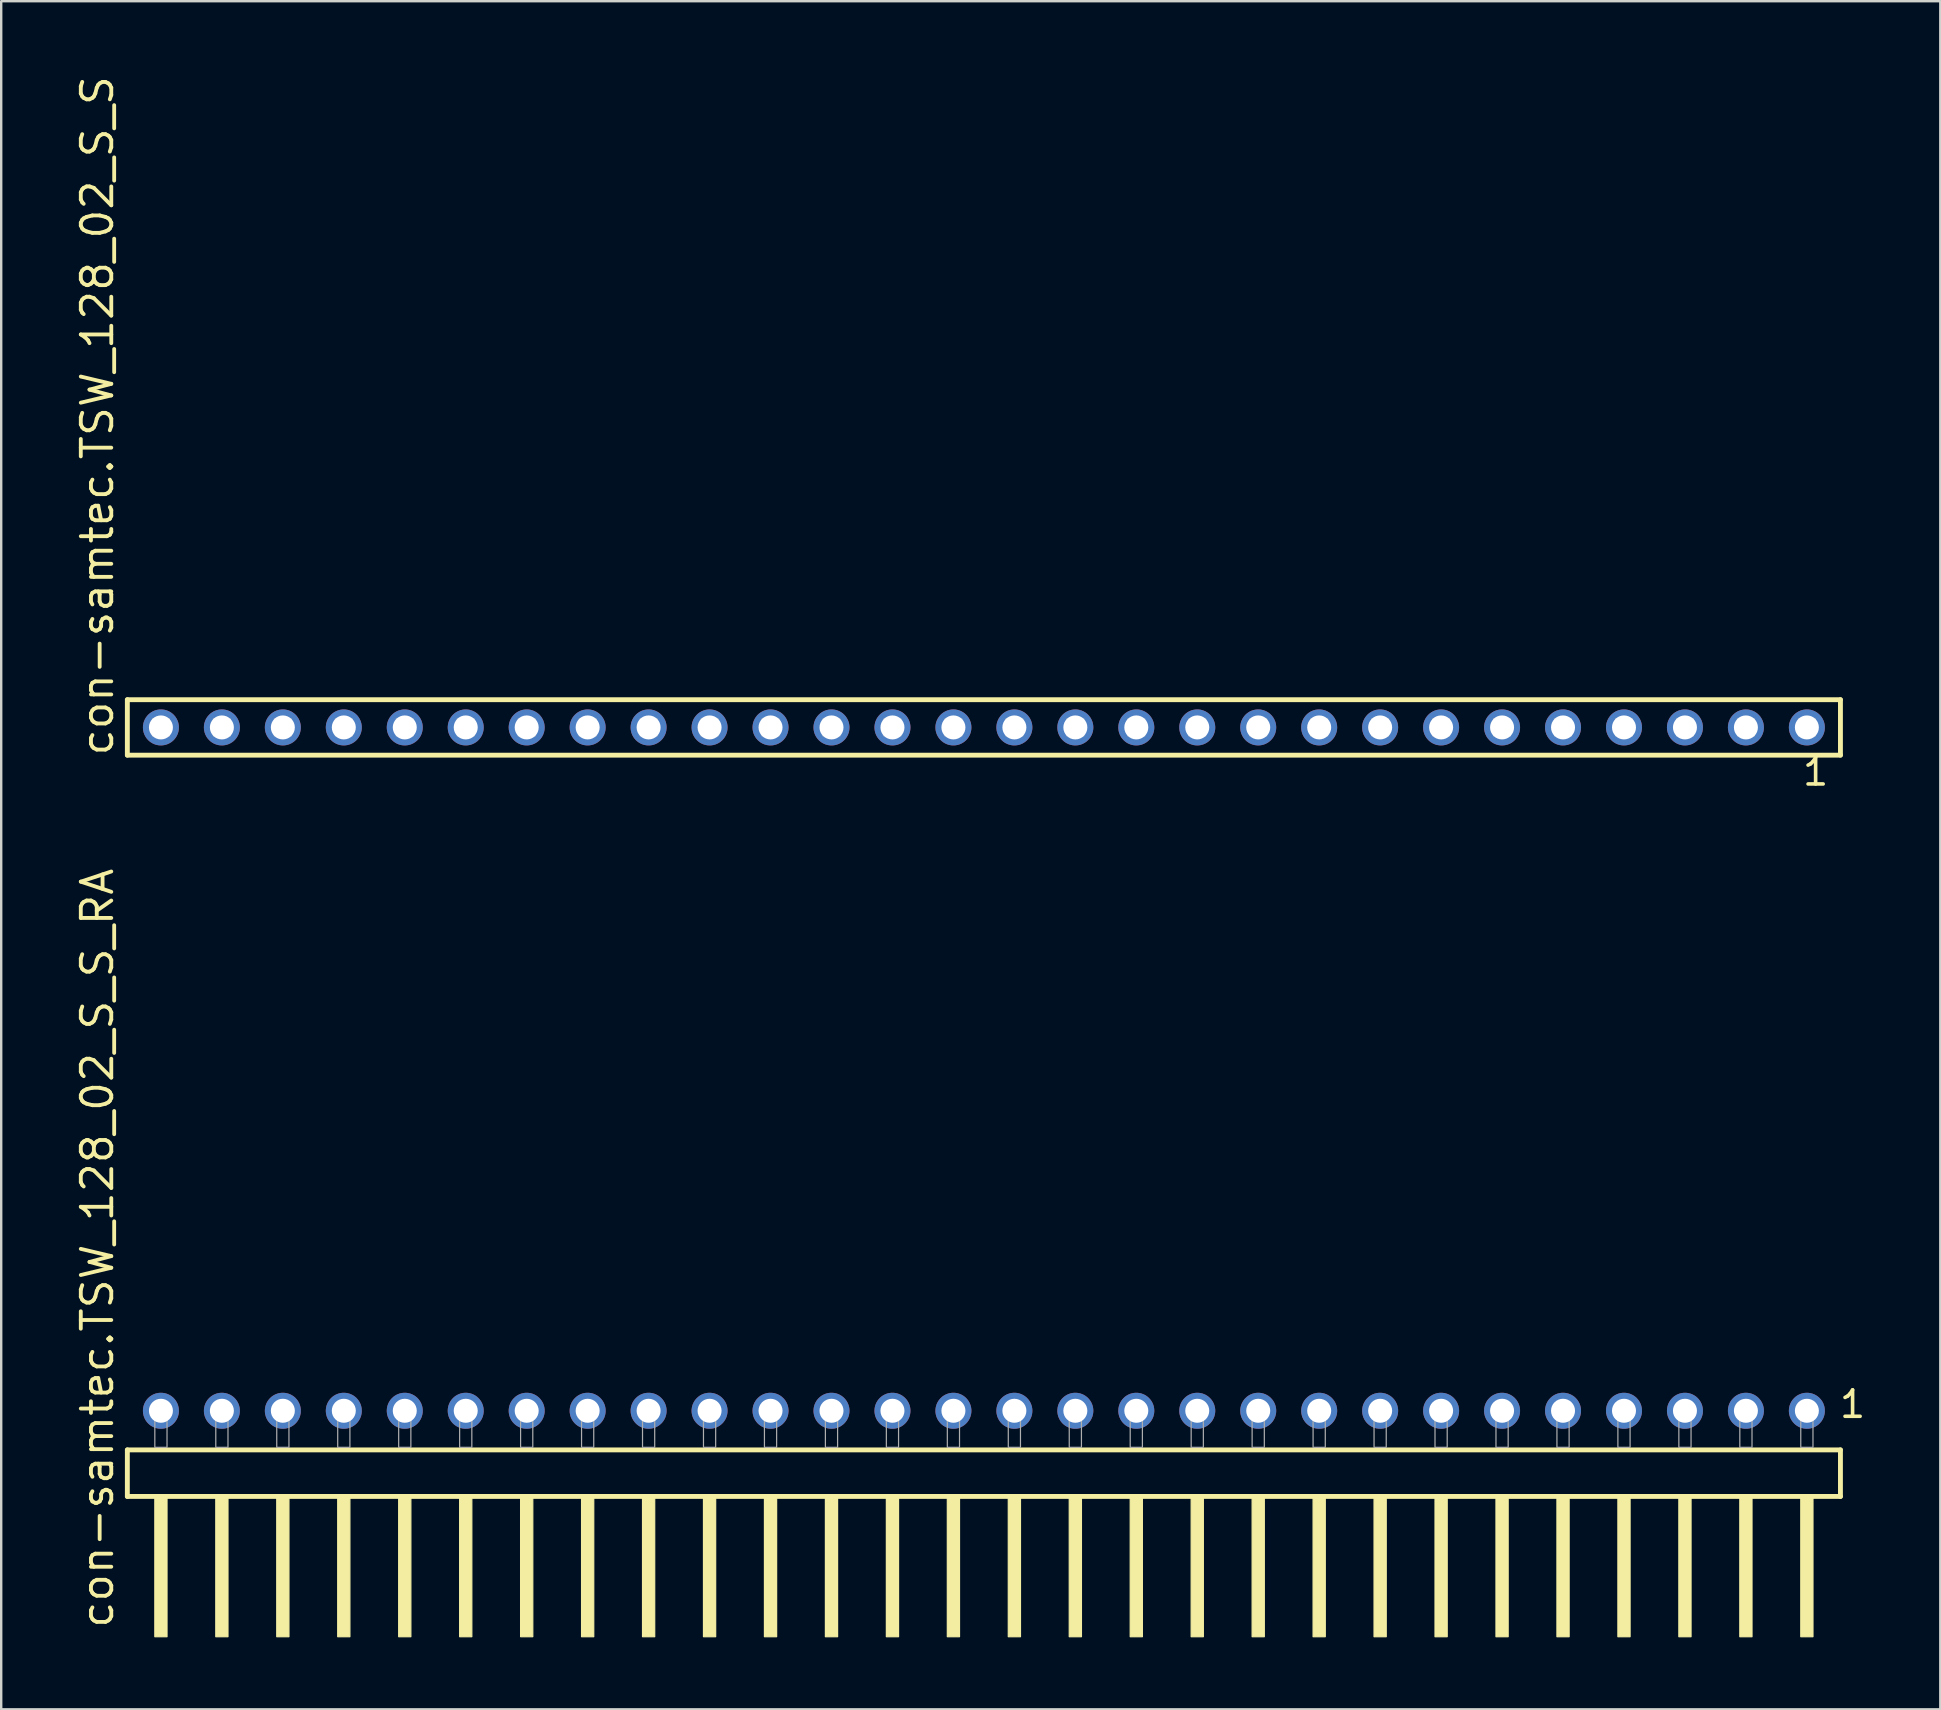
<source format=kicad_pcb>
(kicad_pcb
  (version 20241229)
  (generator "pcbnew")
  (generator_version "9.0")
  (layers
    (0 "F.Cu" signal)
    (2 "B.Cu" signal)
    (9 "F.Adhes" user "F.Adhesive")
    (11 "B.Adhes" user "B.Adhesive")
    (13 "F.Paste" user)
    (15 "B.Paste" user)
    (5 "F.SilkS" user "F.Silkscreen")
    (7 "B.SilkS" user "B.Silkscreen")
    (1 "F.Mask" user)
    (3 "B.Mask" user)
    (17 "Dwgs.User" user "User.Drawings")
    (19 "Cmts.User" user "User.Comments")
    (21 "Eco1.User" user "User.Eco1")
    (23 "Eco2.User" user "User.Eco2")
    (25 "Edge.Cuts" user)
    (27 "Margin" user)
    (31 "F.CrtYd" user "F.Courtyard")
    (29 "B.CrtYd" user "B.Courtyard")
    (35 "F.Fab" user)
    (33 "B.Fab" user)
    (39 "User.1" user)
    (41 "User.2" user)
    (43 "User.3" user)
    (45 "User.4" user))
  (footprint "con-samtec.TSW_128_02_S_S"
    (layer "F.Cu")
    (at 37.945 27.259)
    (property "Reference" "con-samtec.TSW_128_02_S_S" (at -36.195 1.27 90) (layer "F.SilkS") (effects (font (size 1.27 1.27) (thickness 0.16)) (justify left bottom)))
    (attr through_hole)
    (fp_line (start -35.689 -1.155) (end 35.689 -1.155) (stroke (width 0.203) (type default)) (layer "F.SilkS"))
    (fp_line (start -35.689 1.155) (end -35.689 -1.155) (stroke (width 0.203) (type default)) (layer "F.SilkS"))
    (fp_line (start 35.689 -1.155) (end 35.689 1.155) (stroke (width 0.203) (type default)) (layer "F.SilkS"))
    (fp_line (start 35.689 1.155) (end -35.689 1.155) (stroke (width 0.203) (type default)) (layer "F.SilkS"))
    (fp_rect (start -34.64 0.35) (end -33.94 -0.35) (stroke (width 0.05) (type default)) (fill no) (layer "F.Fab"))
    (fp_rect (start -32.1 0.35) (end -31.4 -0.35) (stroke (width 0.05) (type default)) (fill no) (layer "F.Fab"))
    (fp_rect (start -29.56 0.35) (end -28.86 -0.35) (stroke (width 0.05) (type default)) (fill no) (layer "F.Fab"))
    (fp_rect (start -27.02 0.35) (end -26.32 -0.35) (stroke (width 0.05) (type default)) (fill no) (layer "F.Fab"))
    (fp_rect (start -24.48 0.35) (end -23.78 -0.35) (stroke (width 0.05) (type default)) (fill no) (layer "F.Fab"))
    (fp_rect (start -21.94 0.35) (end -21.24 -0.35) (stroke (width 0.05) (type default)) (fill no) (layer "F.Fab"))
    (fp_rect (start -19.4 0.35) (end -18.7 -0.35) (stroke (width 0.05) (type default)) (fill no) (layer "F.Fab"))
    (fp_rect (start -16.86 0.35) (end -16.16 -0.35) (stroke (width 0.05) (type default)) (fill no) (layer "F.Fab"))
    (fp_rect (start -14.32 0.35) (end -13.62 -0.35) (stroke (width 0.05) (type default)) (fill no) (layer "F.Fab"))
    (fp_rect (start -11.78 0.35) (end -11.08 -0.35) (stroke (width 0.05) (type default)) (fill no) (layer "F.Fab"))
    (fp_rect (start -9.24 0.35) (end -8.54 -0.35) (stroke (width 0.05) (type default)) (fill no) (layer "F.Fab"))
    (fp_rect (start -6.7 0.35) (end -6 -0.35) (stroke (width 0.05) (type default)) (fill no) (layer "F.Fab"))
    (fp_rect (start -4.16 0.35) (end -3.46 -0.35) (stroke (width 0.05) (type default)) (fill no) (layer "F.Fab"))
    (fp_rect (start -1.62 0.35) (end -0.92 -0.35) (stroke (width 0.05) (type default)) (fill no) (layer "F.Fab"))
    (fp_rect (start 0.92 0.35) (end 1.62 -0.35) (stroke (width 0.05) (type default)) (fill no) (layer "F.Fab"))
    (fp_rect (start 3.46 0.35) (end 4.16 -0.35) (stroke (width 0.05) (type default)) (fill no) (layer "F.Fab"))
    (fp_rect (start 6 0.35) (end 6.7 -0.35) (stroke (width 0.05) (type default)) (fill no) (layer "F.Fab"))
    (fp_rect (start 8.54 0.35) (end 9.24 -0.35) (stroke (width 0.05) (type default)) (fill no) (layer "F.Fab"))
    (fp_rect (start 11.08 0.35) (end 11.78 -0.35) (stroke (width 0.05) (type default)) (fill no) (layer "F.Fab"))
    (fp_rect (start 13.62 0.35) (end 14.32 -0.35) (stroke (width 0.05) (type default)) (fill no) (layer "F.Fab"))
    (fp_rect (start 16.16 0.35) (end 16.86 -0.35) (stroke (width 0.05) (type default)) (fill no) (layer "F.Fab"))
    (fp_rect (start 18.7 0.35) (end 19.4 -0.35) (stroke (width 0.05) (type default)) (fill no) (layer "F.Fab"))
    (fp_rect (start 21.24 0.35) (end 21.94 -0.35) (stroke (width 0.05) (type default)) (fill no) (layer "F.Fab"))
    (fp_rect (start 23.78 0.35) (end 24.48 -0.35) (stroke (width 0.05) (type default)) (fill no) (layer "F.Fab"))
    (fp_rect (start 26.32 0.35) (end 27.02 -0.35) (stroke (width 0.05) (type default)) (fill no) (layer "F.Fab"))
    (fp_rect (start 28.86 0.35) (end 29.56 -0.35) (stroke (width 0.05) (type default)) (fill no) (layer "F.Fab"))
    (fp_rect (start 31.4 0.35) (end 32.1 -0.35) (stroke (width 0.05) (type default)) (fill no) (layer "F.Fab"))
    (fp_rect (start 33.94 0.35) (end 34.64 -0.35) (stroke (width 0.05) (type default)) (fill no) (layer "F.Fab"))
    (fp_text user "1" (at 34.032 2.498 0) (layer "F.SilkS") (effects (font (size 1.1 1.1) (thickness 0.15)) (justify left bottom)))
    (pad "1" thru_hole circle (at 34.29 0 180) (size 1.5 1.5) (drill 1) (layers "*.Cu" "*.Mask"))
    (pad "2" thru_hole circle (at 31.75 0 180) (size 1.5 1.5) (drill 1) (layers "*.Cu" "*.Mask"))
    (pad "3" thru_hole circle (at 29.21 0 180) (size 1.5 1.5) (drill 1) (layers "*.Cu" "*.Mask"))
    (pad "4" thru_hole circle (at 26.67 0 180) (size 1.5 1.5) (drill 1) (layers "*.Cu" "*.Mask"))
    (pad "5" thru_hole circle (at 24.13 0 180) (size 1.5 1.5) (drill 1) (layers "*.Cu" "*.Mask"))
    (pad "6" thru_hole circle (at 21.59 0 180) (size 1.5 1.5) (drill 1) (layers "*.Cu" "*.Mask"))
    (pad "7" thru_hole circle (at 19.05 0 180) (size 1.5 1.5) (drill 1) (layers "*.Cu" "*.Mask"))
    (pad "8" thru_hole circle (at 16.51 0 180) (size 1.5 1.5) (drill 1) (layers "*.Cu" "*.Mask"))
    (pad "9" thru_hole circle (at 13.97 0 180) (size 1.5 1.5) (drill 1) (layers "*.Cu" "*.Mask"))
    (pad "10" thru_hole circle (at 11.43 0 180) (size 1.5 1.5) (drill 1) (layers "*.Cu" "*.Mask"))
    (pad "11" thru_hole circle (at 8.89 0 180) (size 1.5 1.5) (drill 1) (layers "*.Cu" "*.Mask"))
    (pad "12" thru_hole circle (at 6.35 0 180) (size 1.5 1.5) (drill 1) (layers "*.Cu" "*.Mask"))
    (pad "13" thru_hole circle (at 3.81 0 180) (size 1.5 1.5) (drill 1) (layers "*.Cu" "*.Mask"))
    (pad "14" thru_hole circle (at 1.27 0 180) (size 1.5 1.5) (drill 1) (layers "*.Cu" "*.Mask"))
    (pad "15" thru_hole circle (at -1.27 0 180) (size 1.5 1.5) (drill 1) (layers "*.Cu" "*.Mask"))
    (pad "16" thru_hole circle (at -3.81 0 180) (size 1.5 1.5) (drill 1) (layers "*.Cu" "*.Mask"))
    (pad "17" thru_hole circle (at -6.35 0 180) (size 1.5 1.5) (drill 1) (layers "*.Cu" "*.Mask"))
    (pad "18" thru_hole circle (at -8.89 0 180) (size 1.5 1.5) (drill 1) (layers "*.Cu" "*.Mask"))
    (pad "19" thru_hole circle (at -11.43 0 180) (size 1.5 1.5) (drill 1) (layers "*.Cu" "*.Mask"))
    (pad "20" thru_hole circle (at -13.97 0 180) (size 1.5 1.5) (drill 1) (layers "*.Cu" "*.Mask"))
    (pad "21" thru_hole circle (at -16.51 0 180) (size 1.5 1.5) (drill 1) (layers "*.Cu" "*.Mask"))
    (pad "22" thru_hole circle (at -19.05 0 180) (size 1.5 1.5) (drill 1) (layers "*.Cu" "*.Mask"))
    (pad "23" thru_hole circle (at -21.59 0 180) (size 1.5 1.5) (drill 1) (layers "*.Cu" "*.Mask"))
    (pad "24" thru_hole circle (at -24.13 0 180) (size 1.5 1.5) (drill 1) (layers "*.Cu" "*.Mask"))
    (pad "25" thru_hole circle (at -26.67 0 180) (size 1.5 1.5) (drill 1) (layers "*.Cu" "*.Mask"))
    (pad "26" thru_hole circle (at -29.21 0 180) (size 1.5 1.5) (drill 1) (layers "*.Cu" "*.Mask"))
    (pad "27" thru_hole circle (at -31.75 0 180) (size 1.5 1.5) (drill 1) (layers "*.Cu" "*.Mask"))
    (pad "28" thru_hole circle (at -34.29 0 180) (size 1.5 1.5) (drill 1) (layers "*.Cu" "*.Mask")))
  (footprint "con-samtec.TSW_128_02_S_S_RA"
    (layer "F.Cu")
    (at 37.945 57.255)
    (property "Reference" "con-samtec.TSW_128_02_S_S_RA" (at -36.195 7.62 90) (layer "F.SilkS") (effects (font (size 1.27 1.27) (thickness 0.16)) (justify left bottom)))
    (attr through_hole)
    (fp_line (start -35.689 0.106) (end -35.689 2.046) (stroke (width 0.203) (type default)) (layer "F.SilkS"))
    (fp_line (start -35.689 2.046) (end 35.689 2.046) (stroke (width 0.203) (type default)) (layer "F.SilkS"))
    (fp_line (start 35.689 0.106) (end -35.689 0.106) (stroke (width 0.203) (type default)) (layer "F.SilkS"))
    (fp_line (start 35.689 2.046) (end 35.689 0.106) (stroke (width 0.203) (type default)) (layer "F.SilkS"))
    (fp_rect (start -34.544 7.89) (end -34.036 2.04) (stroke (width 0.05) (type default)) (fill yes) (layer "F.SilkS"))
    (fp_rect (start -32.004 7.89) (end -31.496 2.04) (stroke (width 0.05) (type default)) (fill yes) (layer "F.SilkS"))
    (fp_rect (start -29.464 7.89) (end -28.956 2.04) (stroke (width 0.05) (type default)) (fill yes) (layer "F.SilkS"))
    (fp_rect (start -26.924 7.89) (end -26.416 2.04) (stroke (width 0.05) (type default)) (fill yes) (layer "F.SilkS"))
    (fp_rect (start -24.384 7.89) (end -23.876 2.04) (stroke (width 0.05) (type default)) (fill yes) (layer "F.SilkS"))
    (fp_rect (start -21.844 7.89) (end -21.336 2.04) (stroke (width 0.05) (type default)) (fill yes) (layer "F.SilkS"))
    (fp_rect (start -19.304 7.89) (end -18.796 2.04) (stroke (width 0.05) (type default)) (fill yes) (layer "F.SilkS"))
    (fp_rect (start -16.764 7.89) (end -16.256 2.04) (stroke (width 0.05) (type default)) (fill yes) (layer "F.SilkS"))
    (fp_rect (start -14.224 7.89) (end -13.716 2.04) (stroke (width 0.05) (type default)) (fill yes) (layer "F.SilkS"))
    (fp_rect (start -11.684 7.89) (end -11.176 2.04) (stroke (width 0.05) (type default)) (fill yes) (layer "F.SilkS"))
    (fp_rect (start -9.144 7.89) (end -8.636 2.04) (stroke (width 0.05) (type default)) (fill yes) (layer "F.SilkS"))
    (fp_rect (start -6.604 7.89) (end -6.096 2.04) (stroke (width 0.05) (type default)) (fill yes) (layer "F.SilkS"))
    (fp_rect (start -4.064 7.89) (end -3.556 2.04) (stroke (width 0.05) (type default)) (fill yes) (layer "F.SilkS"))
    (fp_rect (start -1.524 7.89) (end -1.016 2.04) (stroke (width 0.05) (type default)) (fill yes) (layer "F.SilkS"))
    (fp_rect (start 1.016 7.89) (end 1.524 2.04) (stroke (width 0.05) (type default)) (fill yes) (layer "F.SilkS"))
    (fp_rect (start 3.556 7.89) (end 4.064 2.04) (stroke (width 0.05) (type default)) (fill yes) (layer "F.SilkS"))
    (fp_rect (start 6.096 7.89) (end 6.604 2.04) (stroke (width 0.05) (type default)) (fill yes) (layer "F.SilkS"))
    (fp_rect (start 8.636 7.89) (end 9.144 2.04) (stroke (width 0.05) (type default)) (fill yes) (layer "F.SilkS"))
    (fp_rect (start 11.176 7.89) (end 11.684 2.04) (stroke (width 0.05) (type default)) (fill yes) (layer "F.SilkS"))
    (fp_rect (start 13.716 7.89) (end 14.224 2.04) (stroke (width 0.05) (type default)) (fill yes) (layer "F.SilkS"))
    (fp_rect (start 16.256 7.89) (end 16.764 2.04) (stroke (width 0.05) (type default)) (fill yes) (layer "F.SilkS"))
    (fp_rect (start 18.796 7.89) (end 19.304 2.04) (stroke (width 0.05) (type default)) (fill yes) (layer "F.SilkS"))
    (fp_rect (start 21.336 7.89) (end 21.844 2.04) (stroke (width 0.05) (type default)) (fill yes) (layer "F.SilkS"))
    (fp_rect (start 23.876 7.89) (end 24.384 2.04) (stroke (width 0.05) (type default)) (fill yes) (layer "F.SilkS"))
    (fp_rect (start 26.416 7.89) (end 26.924 2.04) (stroke (width 0.05) (type default)) (fill yes) (layer "F.SilkS"))
    (fp_rect (start 28.956 7.89) (end 29.464 2.04) (stroke (width 0.05) (type default)) (fill yes) (layer "F.SilkS"))
    (fp_rect (start 31.496 7.89) (end 32.004 2.04) (stroke (width 0.05) (type default)) (fill yes) (layer "F.SilkS"))
    (fp_rect (start 34.036 7.89) (end 34.544 2.04) (stroke (width 0.05) (type default)) (fill yes) (layer "F.SilkS"))
    (fp_rect (start -34.544 0) (end -34.036 -1.778) (stroke (width 0.05) (type default)) (fill no) (layer "F.Fab"))
    (fp_rect (start -32.004 0) (end -31.496 -1.778) (stroke (width 0.05) (type default)) (fill no) (layer "F.Fab"))
    (fp_rect (start -29.464 0) (end -28.956 -1.778) (stroke (width 0.05) (type default)) (fill no) (layer "F.Fab"))
    (fp_rect (start -26.924 0) (end -26.416 -1.778) (stroke (width 0.05) (type default)) (fill no) (layer "F.Fab"))
    (fp_rect (start -24.384 0) (end -23.876 -1.778) (stroke (width 0.05) (type default)) (fill no) (layer "F.Fab"))
    (fp_rect (start -21.844 0) (end -21.336 -1.778) (stroke (width 0.05) (type default)) (fill no) (layer "F.Fab"))
    (fp_rect (start -19.304 0) (end -18.796 -1.778) (stroke (width 0.05) (type default)) (fill no) (layer "F.Fab"))
    (fp_rect (start -16.764 0) (end -16.256 -1.778) (stroke (width 0.05) (type default)) (fill no) (layer "F.Fab"))
    (fp_rect (start -14.224 0) (end -13.716 -1.778) (stroke (width 0.05) (type default)) (fill no) (layer "F.Fab"))
    (fp_rect (start -11.684 0) (end -11.176 -1.778) (stroke (width 0.05) (type default)) (fill no) (layer "F.Fab"))
    (fp_rect (start -9.144 0) (end -8.636 -1.778) (stroke (width 0.05) (type default)) (fill no) (layer "F.Fab"))
    (fp_rect (start -6.604 0) (end -6.096 -1.778) (stroke (width 0.05) (type default)) (fill no) (layer "F.Fab"))
    (fp_rect (start -4.064 0) (end -3.556 -1.778) (stroke (width 0.05) (type default)) (fill no) (layer "F.Fab"))
    (fp_rect (start -1.524 0) (end -1.016 -1.778) (stroke (width 0.05) (type default)) (fill no) (layer "F.Fab"))
    (fp_rect (start 1.016 0) (end 1.524 -1.778) (stroke (width 0.05) (type default)) (fill no) (layer "F.Fab"))
    (fp_rect (start 3.556 0) (end 4.064 -1.778) (stroke (width 0.05) (type default)) (fill no) (layer "F.Fab"))
    (fp_rect (start 6.096 0) (end 6.604 -1.778) (stroke (width 0.05) (type default)) (fill no) (layer "F.Fab"))
    (fp_rect (start 8.636 0) (end 9.144 -1.778) (stroke (width 0.05) (type default)) (fill no) (layer "F.Fab"))
    (fp_rect (start 11.176 0) (end 11.684 -1.778) (stroke (width 0.05) (type default)) (fill no) (layer "F.Fab"))
    (fp_rect (start 13.716 0) (end 14.224 -1.778) (stroke (width 0.05) (type default)) (fill no) (layer "F.Fab"))
    (fp_rect (start 16.256 0) (end 16.764 -1.778) (stroke (width 0.05) (type default)) (fill no) (layer "F.Fab"))
    (fp_rect (start 18.796 0) (end 19.304 -1.778) (stroke (width 0.05) (type default)) (fill no) (layer "F.Fab"))
    (fp_rect (start 21.336 0) (end 21.844 -1.778) (stroke (width 0.05) (type default)) (fill no) (layer "F.Fab"))
    (fp_rect (start 23.876 0) (end 24.384 -1.778) (stroke (width 0.05) (type default)) (fill no) (layer "F.Fab"))
    (fp_rect (start 26.416 0) (end 26.924 -1.778) (stroke (width 0.05) (type default)) (fill no) (layer "F.Fab"))
    (fp_rect (start 28.956 0) (end 29.464 -1.778) (stroke (width 0.05) (type default)) (fill no) (layer "F.Fab"))
    (fp_rect (start 31.496 0) (end 32.004 -1.778) (stroke (width 0.05) (type default)) (fill no) (layer "F.Fab"))
    (fp_rect (start 34.036 0) (end 34.544 -1.778) (stroke (width 0.05) (type default)) (fill no) (layer "F.Fab"))
    (fp_text user "1" (at 35.572 -1.152 0) (layer "F.SilkS") (effects (font (size 1.1 1.1) (thickness 0.15)) (justify left bottom)))
    (pad "1" thru_hole circle (at 34.29 -1.524 180) (size 1.5 1.5) (drill 1) (layers "*.Cu" "*.Mask"))
    (pad "2" thru_hole circle (at 31.75 -1.524 180) (size 1.5 1.5) (drill 1) (layers "*.Cu" "*.Mask"))
    (pad "3" thru_hole circle (at 29.21 -1.524 180) (size 1.5 1.5) (drill 1) (layers "*.Cu" "*.Mask"))
    (pad "4" thru_hole circle (at 26.67 -1.524 180) (size 1.5 1.5) (drill 1) (layers "*.Cu" "*.Mask"))
    (pad "5" thru_hole circle (at 24.13 -1.524 180) (size 1.5 1.5) (drill 1) (layers "*.Cu" "*.Mask"))
    (pad "6" thru_hole circle (at 21.59 -1.524 180) (size 1.5 1.5) (drill 1) (layers "*.Cu" "*.Mask"))
    (pad "7" thru_hole circle (at 19.05 -1.524 180) (size 1.5 1.5) (drill 1) (layers "*.Cu" "*.Mask"))
    (pad "8" thru_hole circle (at 16.51 -1.524 180) (size 1.5 1.5) (drill 1) (layers "*.Cu" "*.Mask"))
    (pad "9" thru_hole circle (at 13.97 -1.524 180) (size 1.5 1.5) (drill 1) (layers "*.Cu" "*.Mask"))
    (pad "10" thru_hole circle (at 11.43 -1.524 180) (size 1.5 1.5) (drill 1) (layers "*.Cu" "*.Mask"))
    (pad "11" thru_hole circle (at 8.89 -1.524 180) (size 1.5 1.5) (drill 1) (layers "*.Cu" "*.Mask"))
    (pad "12" thru_hole circle (at 6.35 -1.524 180) (size 1.5 1.5) (drill 1) (layers "*.Cu" "*.Mask"))
    (pad "13" thru_hole circle (at 3.81 -1.524 180) (size 1.5 1.5) (drill 1) (layers "*.Cu" "*.Mask"))
    (pad "14" thru_hole circle (at 1.27 -1.524 180) (size 1.5 1.5) (drill 1) (layers "*.Cu" "*.Mask"))
    (pad "15" thru_hole circle (at -1.27 -1.524 180) (size 1.5 1.5) (drill 1) (layers "*.Cu" "*.Mask"))
    (pad "16" thru_hole circle (at -3.81 -1.524 180) (size 1.5 1.5) (drill 1) (layers "*.Cu" "*.Mask"))
    (pad "17" thru_hole circle (at -6.35 -1.524 180) (size 1.5 1.5) (drill 1) (layers "*.Cu" "*.Mask"))
    (pad "18" thru_hole circle (at -8.89 -1.524 180) (size 1.5 1.5) (drill 1) (layers "*.Cu" "*.Mask"))
    (pad "19" thru_hole circle (at -11.43 -1.524 180) (size 1.5 1.5) (drill 1) (layers "*.Cu" "*.Mask"))
    (pad "20" thru_hole circle (at -13.97 -1.524 180) (size 1.5 1.5) (drill 1) (layers "*.Cu" "*.Mask"))
    (pad "21" thru_hole circle (at -16.51 -1.524 180) (size 1.5 1.5) (drill 1) (layers "*.Cu" "*.Mask"))
    (pad "22" thru_hole circle (at -19.05 -1.524 180) (size 1.5 1.5) (drill 1) (layers "*.Cu" "*.Mask"))
    (pad "23" thru_hole circle (at -21.59 -1.524 180) (size 1.5 1.5) (drill 1) (layers "*.Cu" "*.Mask"))
    (pad "24" thru_hole circle (at -24.13 -1.524 180) (size 1.5 1.5) (drill 1) (layers "*.Cu" "*.Mask"))
    (pad "25" thru_hole circle (at -26.67 -1.524 180) (size 1.5 1.5) (drill 1) (layers "*.Cu" "*.Mask"))
    (pad "26" thru_hole circle (at -29.21 -1.524 180) (size 1.5 1.5) (drill 1) (layers "*.Cu" "*.Mask"))
    (pad "27" thru_hole circle (at -31.75 -1.524 180) (size 1.5 1.5) (drill 1) (layers "*.Cu" "*.Mask"))
    (pad "28" thru_hole circle (at -34.29 -1.524 180) (size 1.5 1.5) (drill 1) (layers "*.Cu" "*.Mask")))
  (gr_rect
    (start -3 -3)
    (end 77.795 68.17)
    (stroke (width 0.1) (type default))
    (fill no)
    (layer "Edge.Cuts")))
</source>
